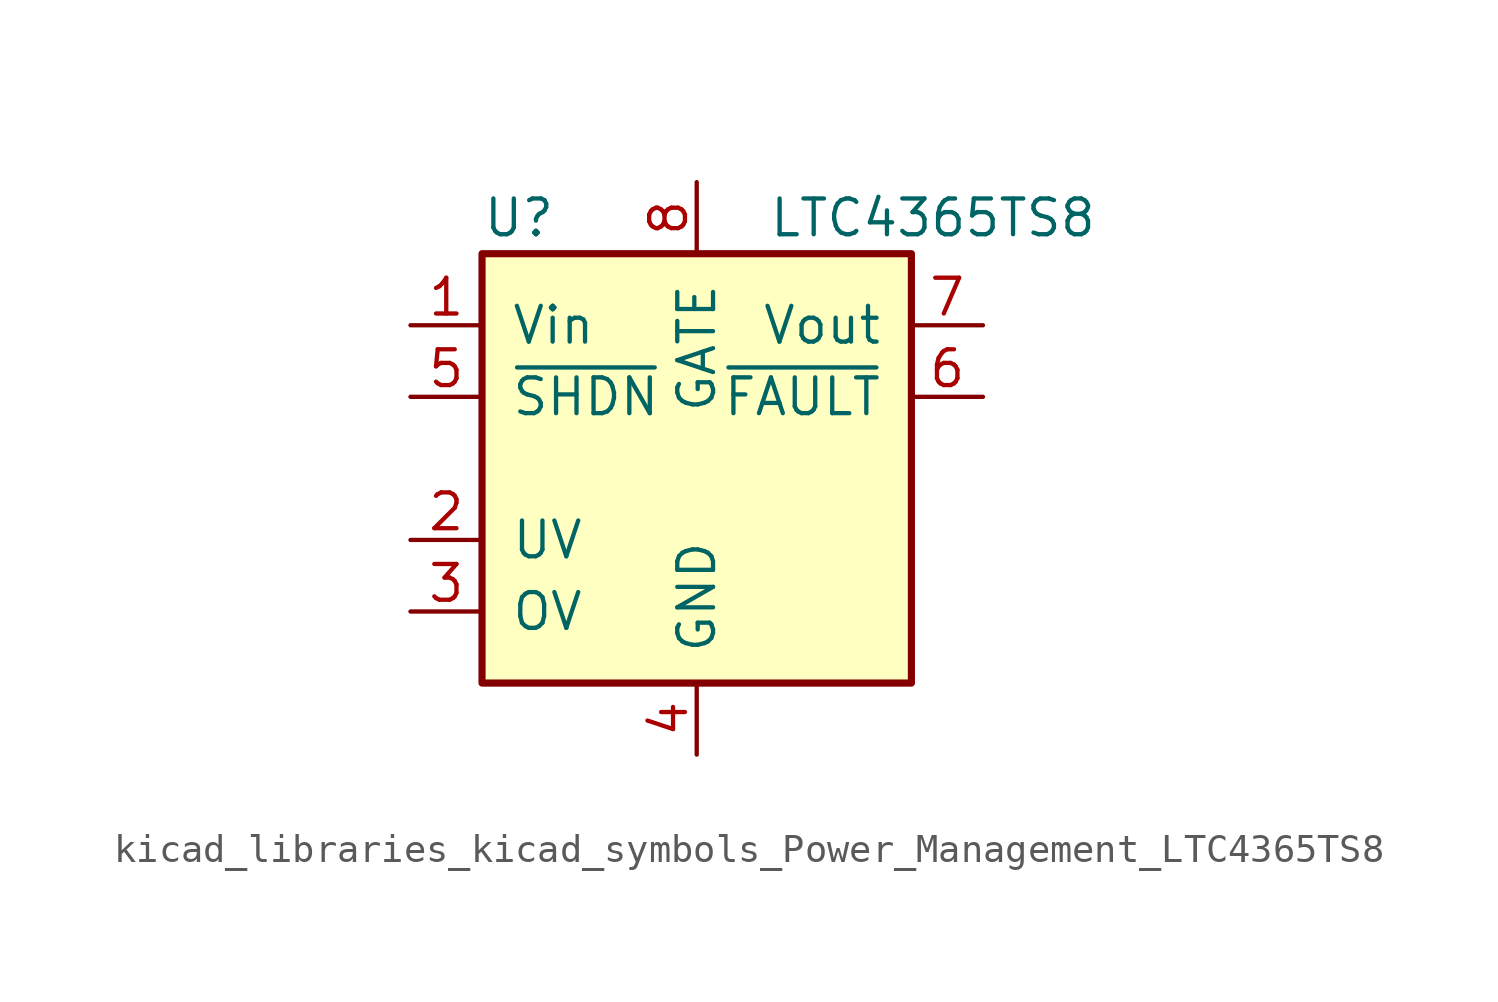
<source format=kicad_sym>
(kicad_symbol_lib
  (version 20220914)
  (generator kicad_symbol_editor)
  (symbol "kicad_libraries_kicad_symbols_Power_Management_LTC4365TS8"
    (pin_names
      (offset 1.016))
    (property "Reference" "U"
      (at -7.62 8.89 0)
      (effects (font (size 1.27 1.27)) (justify left)))
    (property "Value" "LTC4365TS8"
      (at 2.54 8.89 0)
      (effects (font (size 1.27 1.27)) (justify left)))
    (symbol "kicad_libraries_kicad_symbols_Power_Management_LTC4365TS8_0_1"
      (rectangle (start -7.62 7.62) (end 7.62 -7.62) (stroke (width 0.254) (type default)) (fill (type background))))
    (symbol "kicad_libraries_kicad_symbols_Power_Management_LTC4365TS8_1_1"
      (pin power_in line (at -10.16 5.08 0) (length 2.54) (name "Vin" (effects (font (size 1.27 1.27)))) (number "1" (effects (font (size 1.27 1.27)))))
      (pin input line (at -10.16 -2.54 0) (length 2.54) (name "UV" (effects (font (size 1.27 1.27)))) (number "2" (effects (font (size 1.27 1.27)))))
      (pin input line (at -10.16 -5.08 0) (length 2.54) (name "OV" (effects (font (size 1.27 1.27)))) (number "3" (effects (font (size 1.27 1.27)))))
      (pin power_in line (at 0 -10.16 90) (length 2.54) (name "GND" (effects (font (size 1.27 1.27)))) (number "4" (effects (font (size 1.27 1.27)))))
      (pin input line (at -10.16 2.54 0) (length 2.54) (name "~{SHDN}" (effects (font (size 1.27 1.27)))) (number "5" (effects (font (size 1.27 1.27)))))
      (pin open_collector line (at 10.16 2.54 180) (length 2.54) (name "~{FAULT}" (effects (font (size 1.27 1.27)))) (number "6" (effects (font (size 1.27 1.27)))))
      (pin input line (at 10.16 5.08 180) (length 2.54) (name "Vout" (effects (font (size 1.27 1.27)))) (number "7" (effects (font (size 1.27 1.27)))))
      (pin output line (at 0 10.16 270) (length 2.54) (name "GATE" (effects (font (size 1.27 1.27)))) (number "8" (effects (font (size 1.27 1.27))))))))
</source>
